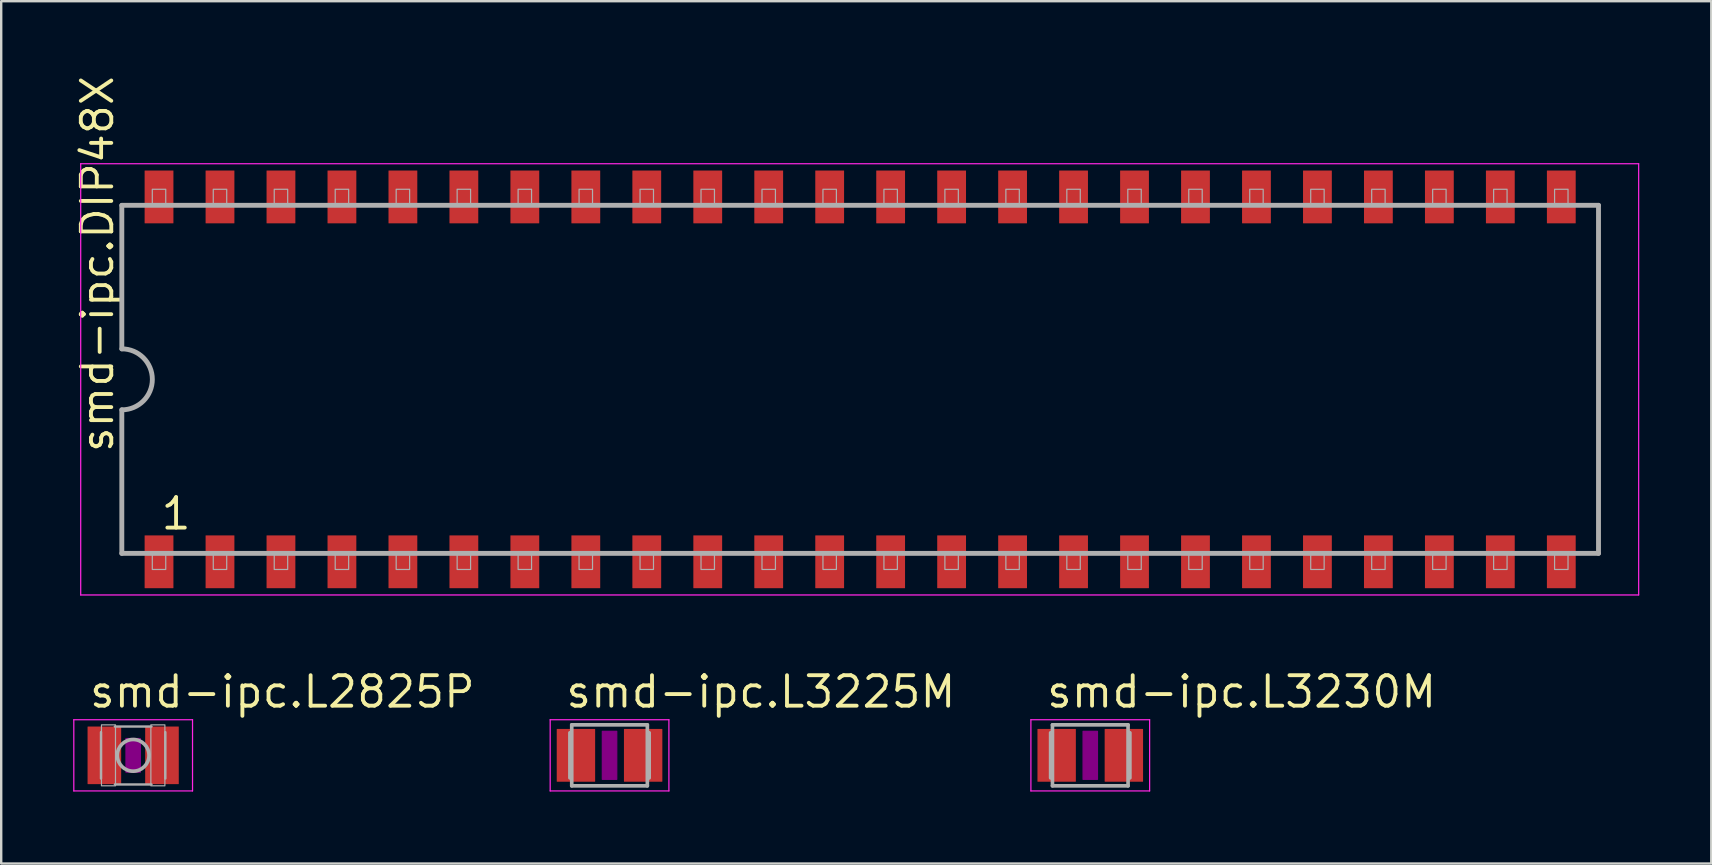
<source format=kicad_pcb>
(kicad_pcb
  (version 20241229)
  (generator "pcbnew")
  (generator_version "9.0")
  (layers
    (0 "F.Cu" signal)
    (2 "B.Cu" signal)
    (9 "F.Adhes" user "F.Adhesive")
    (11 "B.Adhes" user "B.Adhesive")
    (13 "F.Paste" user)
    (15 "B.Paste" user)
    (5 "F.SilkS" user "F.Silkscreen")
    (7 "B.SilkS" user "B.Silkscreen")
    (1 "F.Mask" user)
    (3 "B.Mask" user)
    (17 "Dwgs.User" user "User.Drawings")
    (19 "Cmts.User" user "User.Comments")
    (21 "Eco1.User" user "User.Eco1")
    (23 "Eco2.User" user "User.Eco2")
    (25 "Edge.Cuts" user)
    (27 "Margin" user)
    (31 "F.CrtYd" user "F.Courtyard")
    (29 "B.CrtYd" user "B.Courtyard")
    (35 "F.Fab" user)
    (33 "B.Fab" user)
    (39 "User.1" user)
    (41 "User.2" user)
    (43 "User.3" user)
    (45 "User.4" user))
  (footprint "smd-ipc.L3230M"
    (layer "F.Cu")
    (at 42.371 28.418)
    (property "Reference" "smd-ipc.L3230M" (at -1.905 -1.905 0) (layer "F.SilkS") (effects (font (size 1.27 1.27) (thickness 0.16)) (justify left bottom)))
    (attr smd)
    (fp_rect (start -0.3 1) (end 0.3 -1) (stroke (width 0.05) (type default)) (fill yes) (layer "F.Adhes"))
    (fp_line (start -2.473 -1.483) (end 2.473 -1.483) (stroke (width 0.051) (type default)) (layer "F.CrtYd"))
    (fp_line (start -2.473 1.483) (end -2.473 -1.483) (stroke (width 0.051) (type default)) (layer "F.CrtYd"))
    (fp_line (start 2.473 -1.483) (end 2.473 1.483) (stroke (width 0.051) (type default)) (layer "F.CrtYd"))
    (fp_line (start 2.473 1.483) (end -2.473 1.483) (stroke (width 0.051) (type default)) (layer "F.CrtYd"))
    (fp_line (start -1.651 -0.94) (end -1.651 0.94) (stroke (width 0.152) (type default)) (layer "F.Fab"))
    (fp_line (start -1.575 -1.27) (end 1.575 -1.27) (stroke (width 0.152) (type default)) (layer "F.Fab"))
    (fp_line (start -1.575 1.27) (end -1.575 -1.27) (stroke (width 0.152) (type default)) (layer "F.Fab"))
    (fp_line (start 1.575 -1.27) (end 1.575 1.27) (stroke (width 0.152) (type default)) (layer "F.Fab"))
    (fp_line (start 1.575 1.27) (end -1.575 1.27) (stroke (width 0.152) (type default)) (layer "F.Fab"))
    (fp_line (start 1.651 -0.94) (end 1.651 0.94) (stroke (width 0.152) (type default)) (layer "F.Fab"))
    (pad "1" smd roundrect (at -1.4 0) (size 1.6 2.2) (layers "F.Cu" "F.Mask" "F.Paste") (roundrect_rratio 0.01))
    (pad "2" smd roundrect (at 1.4 0) (size 1.6 2.2) (layers "F.Cu" "F.Mask" "F.Paste") (roundrect_rratio 0.01)))
  (footprint "smd-ipc.L2825P"
    (layer "F.Cu")
    (at 2.498 28.418)
    (property "Reference" "smd-ipc.L2825P" (at -1.905 -1.905 0) (layer "F.SilkS") (effects (font (size 1.27 1.27) (thickness 0.16)) (justify left bottom)))
    (attr smd)
    (fp_rect (start -0.3 0.7) (end 0.3 -0.7) (stroke (width 0.05) (type default)) (fill yes) (layer "F.Adhes"))
    (fp_line (start -2.473 -1.483) (end 2.473 -1.483) (stroke (width 0.051) (type default)) (layer "F.CrtYd"))
    (fp_line (start -2.473 1.483) (end -2.473 -1.483) (stroke (width 0.051) (type default)) (layer "F.CrtYd"))
    (fp_line (start 2.473 -1.483) (end 2.473 1.483) (stroke (width 0.051) (type default)) (layer "F.CrtYd"))
    (fp_line (start 2.473 1.483) (end -2.473 1.483) (stroke (width 0.051) (type default)) (layer "F.CrtYd"))
    (fp_line (start -1.34 -0.965) (end -1.34 0.965) (stroke (width 0.102) (type default)) (layer "F.Fab"))
    (fp_line (start -0.762 -1.2) (end 0.762 -1.2) (stroke (width 0.102) (type default)) (layer "F.Fab"))
    (fp_line (start -0.762 1.213) (end 0.762 1.213) (stroke (width 0.102) (type default)) (layer "F.Fab"))
    (fp_line (start 1.34 0.965) (end 1.34 -0.965) (stroke (width 0.102) (type default)) (layer "F.Fab"))
    (fp_rect (start -1.321 1.27) (end -0.737 -1.27) (stroke (width 0.05) (type default)) (fill no) (layer "F.Fab"))
    (fp_rect (start 0.737 1.27) (end 1.321 -1.27) (stroke (width 0.05) (type default)) (fill no) (layer "F.Fab"))
    (fp_circle (center 0 0) (end 0.66 0) (stroke (width 0.152) (type default)) (fill no) (layer "F.Fab"))
    (pad "1" smd roundrect (at -1.2 0) (size 1.4 2.4) (layers "F.Cu" "F.Mask" "F.Paste") (roundrect_rratio 0.01))
    (pad "2" smd roundrect (at 1.2 0) (size 1.4 2.4) (layers "F.Cu" "F.Mask" "F.Paste") (roundrect_rratio 0.01)))
  (footprint "smd-ipc.DIP48X"
    (layer "F.Cu")
    (at 32.785 12.754)
    (property "Reference" "smd-ipc.DIP48X" (at -31.035 3.135 90) (layer "F.SilkS") (effects (font (size 1.27 1.27) (thickness 0.16)) (justify left bottom)))
    (attr smd)
    (fp_line (start -32.473 -8.983) (end 32.433 -8.983) (stroke (width 0.051) (type default)) (layer "F.CrtYd"))
    (fp_line (start -32.473 8.983) (end -32.473 -8.983) (stroke (width 0.051) (type default)) (layer "F.CrtYd"))
    (fp_line (start 32.433 -8.983) (end 32.433 8.983) (stroke (width 0.051) (type default)) (layer "F.CrtYd"))
    (fp_line (start 32.433 8.983) (end -32.473 8.983) (stroke (width 0.051) (type default)) (layer "F.CrtYd"))
    (fp_line (start -30.76 -7.25) (end -30.76 -1.27) (stroke (width 0.203) (type default)) (layer "F.Fab"))
    (fp_line (start -30.76 1.27) (end -30.76 7.25) (stroke (width 0.203) (type default)) (layer "F.Fab"))
    (fp_line (start -30.76 7.25) (end 30.76 7.25) (stroke (width 0.203) (type default)) (layer "F.Fab"))
    (fp_line (start 30.76 -7.25) (end -30.76 -7.25) (stroke (width 0.203) (type default)) (layer "F.Fab"))
    (fp_line (start 30.76 7.25) (end 30.76 -7.25) (stroke (width 0.203) (type default)) (layer "F.Fab"))
    (fp_rect (start -29.49 -7.25) (end -28.93 -7.92) (stroke (width 0.05) (type default)) (fill no) (layer "F.Fab"))
    (fp_rect (start -29.49 7.92) (end -28.93 7.25) (stroke (width 0.05) (type default)) (fill no) (layer "F.Fab"))
    (fp_rect (start -26.95 -7.25) (end -26.39 -7.92) (stroke (width 0.05) (type default)) (fill no) (layer "F.Fab"))
    (fp_rect (start -26.95 7.92) (end -26.39 7.25) (stroke (width 0.05) (type default)) (fill no) (layer "F.Fab"))
    (fp_rect (start -24.41 -7.25) (end -23.85 -7.92) (stroke (width 0.05) (type default)) (fill no) (layer "F.Fab"))
    (fp_rect (start -24.41 7.92) (end -23.85 7.25) (stroke (width 0.05) (type default)) (fill no) (layer "F.Fab"))
    (fp_rect (start -21.87 -7.25) (end -21.31 -7.92) (stroke (width 0.05) (type default)) (fill no) (layer "F.Fab"))
    (fp_rect (start -21.87 7.92) (end -21.31 7.25) (stroke (width 0.05) (type default)) (fill no) (layer "F.Fab"))
    (fp_rect (start -19.33 -7.25) (end -18.77 -7.92) (stroke (width 0.05) (type default)) (fill no) (layer "F.Fab"))
    (fp_rect (start -19.33 7.92) (end -18.77 7.25) (stroke (width 0.05) (type default)) (fill no) (layer "F.Fab"))
    (fp_rect (start -16.79 -7.25) (end -16.23 -7.92) (stroke (width 0.05) (type default)) (fill no) (layer "F.Fab"))
    (fp_rect (start -16.79 7.92) (end -16.23 7.25) (stroke (width 0.05) (type default)) (fill no) (layer "F.Fab"))
    (fp_rect (start -14.25 -7.25) (end -13.69 -7.92) (stroke (width 0.05) (type default)) (fill no) (layer "F.Fab"))
    (fp_rect (start -14.25 7.92) (end -13.69 7.25) (stroke (width 0.05) (type default)) (fill no) (layer "F.Fab"))
    (fp_rect (start -11.71 -7.25) (end -11.15 -7.92) (stroke (width 0.05) (type default)) (fill no) (layer "F.Fab"))
    (fp_rect (start -11.71 7.92) (end -11.15 7.25) (stroke (width 0.05) (type default)) (fill no) (layer "F.Fab"))
    (fp_rect (start -9.17 -7.25) (end -8.61 -7.92) (stroke (width 0.05) (type default)) (fill no) (layer "F.Fab"))
    (fp_rect (start -9.17 7.92) (end -8.61 7.25) (stroke (width 0.05) (type default)) (fill no) (layer "F.Fab"))
    (fp_rect (start -6.63 -7.25) (end -6.07 -7.92) (stroke (width 0.05) (type default)) (fill no) (layer "F.Fab"))
    (fp_rect (start -6.63 7.92) (end -6.07 7.25) (stroke (width 0.05) (type default)) (fill no) (layer "F.Fab"))
    (fp_rect (start -4.09 -7.25) (end -3.53 -7.92) (stroke (width 0.05) (type default)) (fill no) (layer "F.Fab"))
    (fp_rect (start -4.09 7.92) (end -3.53 7.25) (stroke (width 0.05) (type default)) (fill no) (layer "F.Fab"))
    (fp_rect (start -1.55 -7.25) (end -0.99 -7.92) (stroke (width 0.05) (type default)) (fill no) (layer "F.Fab"))
    (fp_rect (start -1.55 7.92) (end -0.99 7.25) (stroke (width 0.05) (type default)) (fill no) (layer "F.Fab"))
    (fp_rect (start 0.99 -7.25) (end 1.55 -7.92) (stroke (width 0.05) (type default)) (fill no) (layer "F.Fab"))
    (fp_rect (start 0.99 7.92) (end 1.55 7.25) (stroke (width 0.05) (type default)) (fill no) (layer "F.Fab"))
    (fp_rect (start 3.53 -7.25) (end 4.09 -7.92) (stroke (width 0.05) (type default)) (fill no) (layer "F.Fab"))
    (fp_rect (start 3.53 7.92) (end 4.09 7.25) (stroke (width 0.05) (type default)) (fill no) (layer "F.Fab"))
    (fp_rect (start 6.07 -7.25) (end 6.63 -7.92) (stroke (width 0.05) (type default)) (fill no) (layer "F.Fab"))
    (fp_rect (start 6.07 7.92) (end 6.63 7.25) (stroke (width 0.05) (type default)) (fill no) (layer "F.Fab"))
    (fp_rect (start 8.61 -7.25) (end 9.17 -7.92) (stroke (width 0.05) (type default)) (fill no) (layer "F.Fab"))
    (fp_rect (start 8.61 7.92) (end 9.17 7.25) (stroke (width 0.05) (type default)) (fill no) (layer "F.Fab"))
    (fp_rect (start 11.15 -7.25) (end 11.71 -7.92) (stroke (width 0.05) (type default)) (fill no) (layer "F.Fab"))
    (fp_rect (start 11.15 7.92) (end 11.71 7.25) (stroke (width 0.05) (type default)) (fill no) (layer "F.Fab"))
    (fp_rect (start 13.69 -7.25) (end 14.25 -7.92) (stroke (width 0.05) (type default)) (fill no) (layer "F.Fab"))
    (fp_rect (start 13.69 7.92) (end 14.25 7.25) (stroke (width 0.05) (type default)) (fill no) (layer "F.Fab"))
    (fp_rect (start 16.23 -7.25) (end 16.79 -7.92) (stroke (width 0.05) (type default)) (fill no) (layer "F.Fab"))
    (fp_rect (start 16.23 7.92) (end 16.79 7.25) (stroke (width 0.05) (type default)) (fill no) (layer "F.Fab"))
    (fp_rect (start 18.77 -7.25) (end 19.33 -7.92) (stroke (width 0.05) (type default)) (fill no) (layer "F.Fab"))
    (fp_rect (start 18.77 7.92) (end 19.33 7.25) (stroke (width 0.05) (type default)) (fill no) (layer "F.Fab"))
    (fp_rect (start 21.31 -7.25) (end 21.87 -7.92) (stroke (width 0.05) (type default)) (fill no) (layer "F.Fab"))
    (fp_rect (start 21.31 7.92) (end 21.87 7.25) (stroke (width 0.05) (type default)) (fill no) (layer "F.Fab"))
    (fp_rect (start 23.85 -7.25) (end 24.41 -7.92) (stroke (width 0.05) (type default)) (fill no) (layer "F.Fab"))
    (fp_rect (start 23.85 7.92) (end 24.41 7.25) (stroke (width 0.05) (type default)) (fill no) (layer "F.Fab"))
    (fp_rect (start 26.39 -7.25) (end 26.95 -7.92) (stroke (width 0.05) (type default)) (fill no) (layer "F.Fab"))
    (fp_rect (start 26.39 7.92) (end 26.95 7.25) (stroke (width 0.05) (type default)) (fill no) (layer "F.Fab"))
    (fp_rect (start 28.93 -7.25) (end 29.49 -7.92) (stroke (width 0.05) (type default)) (fill no) (layer "F.Fab"))
    (fp_rect (start 28.93 7.92) (end 29.49 7.25) (stroke (width 0.05) (type default)) (fill no) (layer "F.Fab"))
    (fp_arc (start -30.7584 -1.27) (mid -29.4884 0) (end -30.7584 1.27) (stroke (width 0.2032) (type default)) (layer "F.Fab"))
    (fp_text user "1" (at -29.21 6.34 0) (layer "F.SilkS") (effects (font (size 1.27 1.27) (thickness 0.16)) (justify left bottom)))
    (pad "1" smd roundrect (at -29.21 7.6) (size 1.2 2.2) (layers "F.Cu" "F.Mask" "F.Paste") (roundrect_rratio 0.01))
    (pad "2" smd roundrect (at -26.67 7.6) (size 1.2 2.2) (layers "F.Cu" "F.Mask" "F.Paste") (roundrect_rratio 0.01))
    (pad "3" smd roundrect (at -24.13 7.6) (size 1.2 2.2) (layers "F.Cu" "F.Mask" "F.Paste") (roundrect_rratio 0.01))
    (pad "4" smd roundrect (at -21.59 7.6) (size 1.2 2.2) (layers "F.Cu" "F.Mask" "F.Paste") (roundrect_rratio 0.01))
    (pad "5" smd roundrect (at -19.05 7.6) (size 1.2 2.2) (layers "F.Cu" "F.Mask" "F.Paste") (roundrect_rratio 0.01))
    (pad "6" smd roundrect (at -16.51 7.6) (size 1.2 2.2) (layers "F.Cu" "F.Mask" "F.Paste") (roundrect_rratio 0.01))
    (pad "7" smd roundrect (at -13.97 7.6) (size 1.2 2.2) (layers "F.Cu" "F.Mask" "F.Paste") (roundrect_rratio 0.01))
    (pad "8" smd roundrect (at -11.43 7.6) (size 1.2 2.2) (layers "F.Cu" "F.Mask" "F.Paste") (roundrect_rratio 0.01))
    (pad "9" smd roundrect (at -8.89 7.6) (size 1.2 2.2) (layers "F.Cu" "F.Mask" "F.Paste") (roundrect_rratio 0.01))
    (pad "10" smd roundrect (at -6.35 7.6) (size 1.2 2.2) (layers "F.Cu" "F.Mask" "F.Paste") (roundrect_rratio 0.01))
    (pad "11" smd roundrect (at -3.81 7.6) (size 1.2 2.2) (layers "F.Cu" "F.Mask" "F.Paste") (roundrect_rratio 0.01))
    (pad "12" smd roundrect (at -1.27 7.6) (size 1.2 2.2) (layers "F.Cu" "F.Mask" "F.Paste") (roundrect_rratio 0.01))
    (pad "13" smd roundrect (at 1.27 7.6) (size 1.2 2.2) (layers "F.Cu" "F.Mask" "F.Paste") (roundrect_rratio 0.01))
    (pad "14" smd roundrect (at 3.81 7.6) (size 1.2 2.2) (layers "F.Cu" "F.Mask" "F.Paste") (roundrect_rratio 0.01))
    (pad "15" smd roundrect (at 6.35 7.6) (size 1.2 2.2) (layers "F.Cu" "F.Mask" "F.Paste") (roundrect_rratio 0.01))
    (pad "16" smd roundrect (at 8.89 7.6) (size 1.2 2.2) (layers "F.Cu" "F.Mask" "F.Paste") (roundrect_rratio 0.01))
    (pad "17" smd roundrect (at 11.43 7.6) (size 1.2 2.2) (layers "F.Cu" "F.Mask" "F.Paste") (roundrect_rratio 0.01))
    (pad "18" smd roundrect (at 13.97 7.6) (size 1.2 2.2) (layers "F.Cu" "F.Mask" "F.Paste") (roundrect_rratio 0.01))
    (pad "19" smd roundrect (at 16.51 7.6) (size 1.2 2.2) (layers "F.Cu" "F.Mask" "F.Paste") (roundrect_rratio 0.01))
    (pad "20" smd roundrect (at 19.05 7.6) (size 1.2 2.2) (layers "F.Cu" "F.Mask" "F.Paste") (roundrect_rratio 0.01))
    (pad "21" smd roundrect (at 21.59 7.6) (size 1.2 2.2) (layers "F.Cu" "F.Mask" "F.Paste") (roundrect_rratio 0.01))
    (pad "22" smd roundrect (at 24.13 7.6) (size 1.2 2.2) (layers "F.Cu" "F.Mask" "F.Paste") (roundrect_rratio 0.01))
    (pad "23" smd roundrect (at 26.67 7.6) (size 1.2 2.2) (layers "F.Cu" "F.Mask" "F.Paste") (roundrect_rratio 0.01))
    (pad "24" smd roundrect (at 29.21 7.6) (size 1.2 2.2) (layers "F.Cu" "F.Mask" "F.Paste") (roundrect_rratio 0.01))
    (pad "25" smd roundrect (at 29.21 -7.6) (size 1.2 2.2) (layers "F.Cu" "F.Mask" "F.Paste") (roundrect_rratio 0.01))
    (pad "26" smd roundrect (at 26.67 -7.6) (size 1.2 2.2) (layers "F.Cu" "F.Mask" "F.Paste") (roundrect_rratio 0.01))
    (pad "27" smd roundrect (at 24.13 -7.6) (size 1.2 2.2) (layers "F.Cu" "F.Mask" "F.Paste") (roundrect_rratio 0.01))
    (pad "28" smd roundrect (at 21.59 -7.6) (size 1.2 2.2) (layers "F.Cu" "F.Mask" "F.Paste") (roundrect_rratio 0.01))
    (pad "29" smd roundrect (at 19.05 -7.6) (size 1.2 2.2) (layers "F.Cu" "F.Mask" "F.Paste") (roundrect_rratio 0.01))
    (pad "30" smd roundrect (at 16.51 -7.6) (size 1.2 2.2) (layers "F.Cu" "F.Mask" "F.Paste") (roundrect_rratio 0.01))
    (pad "31" smd roundrect (at 13.97 -7.6) (size 1.2 2.2) (layers "F.Cu" "F.Mask" "F.Paste") (roundrect_rratio 0.01))
    (pad "32" smd roundrect (at 11.43 -7.6) (size 1.2 2.2) (layers "F.Cu" "F.Mask" "F.Paste") (roundrect_rratio 0.01))
    (pad "33" smd roundrect (at 8.89 -7.6) (size 1.2 2.2) (layers "F.Cu" "F.Mask" "F.Paste") (roundrect_rratio 0.01))
    (pad "34" smd roundrect (at 6.35 -7.6) (size 1.2 2.2) (layers "F.Cu" "F.Mask" "F.Paste") (roundrect_rratio 0.01))
    (pad "35" smd roundrect (at 3.81 -7.6) (size 1.2 2.2) (layers "F.Cu" "F.Mask" "F.Paste") (roundrect_rratio 0.01))
    (pad "36" smd roundrect (at 1.27 -7.6) (size 1.2 2.2) (layers "F.Cu" "F.Mask" "F.Paste") (roundrect_rratio 0.01))
    (pad "37" smd roundrect (at -1.27 -7.6) (size 1.2 2.2) (layers "F.Cu" "F.Mask" "F.Paste") (roundrect_rratio 0.01))
    (pad "38" smd roundrect (at -3.81 -7.6) (size 1.2 2.2) (layers "F.Cu" "F.Mask" "F.Paste") (roundrect_rratio 0.01))
    (pad "39" smd roundrect (at -6.35 -7.6) (size 1.2 2.2) (layers "F.Cu" "F.Mask" "F.Paste") (roundrect_rratio 0.01))
    (pad "40" smd roundrect (at -8.89 -7.6) (size 1.2 2.2) (layers "F.Cu" "F.Mask" "F.Paste") (roundrect_rratio 0.01))
    (pad "41" smd roundrect (at -11.43 -7.6) (size 1.2 2.2) (layers "F.Cu" "F.Mask" "F.Paste") (roundrect_rratio 0.01))
    (pad "42" smd roundrect (at -13.97 -7.6) (size 1.2 2.2) (layers "F.Cu" "F.Mask" "F.Paste") (roundrect_rratio 0.01))
    (pad "43" smd roundrect (at -16.51 -7.6) (size 1.2 2.2) (layers "F.Cu" "F.Mask" "F.Paste") (roundrect_rratio 0.01))
    (pad "44" smd roundrect (at -19.05 -7.6) (size 1.2 2.2) (layers "F.Cu" "F.Mask" "F.Paste") (roundrect_rratio 0.01))
    (pad "45" smd roundrect (at -21.59 -7.6) (size 1.2 2.2) (layers "F.Cu" "F.Mask" "F.Paste") (roundrect_rratio 0.01))
    (pad "46" smd roundrect (at -24.13 -7.6) (size 1.2 2.2) (layers "F.Cu" "F.Mask" "F.Paste") (roundrect_rratio 0.01))
    (pad "47" smd roundrect (at -26.67 -7.6) (size 1.2 2.2) (layers "F.Cu" "F.Mask" "F.Paste") (roundrect_rratio 0.01))
    (pad "48" smd roundrect (at -29.21 -7.6) (size 1.2 2.2) (layers "F.Cu" "F.Mask" "F.Paste") (roundrect_rratio 0.01)))
  (footprint "smd-ipc.L3225M"
    (layer "F.Cu")
    (at 22.344 28.418)
    (property "Reference" "smd-ipc.L3225M" (at -1.905 -1.905 0) (layer "F.SilkS") (effects (font (size 1.27 1.27) (thickness 0.16)) (justify left bottom)))
    (attr smd)
    (fp_rect (start -0.3 1) (end 0.3 -1) (stroke (width 0.05) (type default)) (fill yes) (layer "F.Adhes"))
    (fp_line (start -2.473 -1.483) (end 2.473 -1.483) (stroke (width 0.051) (type default)) (layer "F.CrtYd"))
    (fp_line (start -2.473 1.483) (end -2.473 -1.483) (stroke (width 0.051) (type default)) (layer "F.CrtYd"))
    (fp_line (start 2.473 -1.483) (end 2.473 1.483) (stroke (width 0.051) (type default)) (layer "F.CrtYd"))
    (fp_line (start 2.473 1.483) (end -2.473 1.483) (stroke (width 0.051) (type default)) (layer "F.CrtYd"))
    (fp_line (start -1.651 -0.94) (end -1.651 0.94) (stroke (width 0.152) (type default)) (layer "F.Fab"))
    (fp_line (start -1.575 -1.27) (end 1.575 -1.27) (stroke (width 0.152) (type default)) (layer "F.Fab"))
    (fp_line (start -1.575 1.27) (end -1.575 -1.27) (stroke (width 0.152) (type default)) (layer "F.Fab"))
    (fp_line (start 1.575 -1.27) (end 1.575 1.27) (stroke (width 0.152) (type default)) (layer "F.Fab"))
    (fp_line (start 1.575 1.27) (end -1.575 1.27) (stroke (width 0.152) (type default)) (layer "F.Fab"))
    (fp_line (start 1.651 -0.94) (end 1.651 0.94) (stroke (width 0.152) (type default)) (layer "F.Fab"))
    (pad "1" smd roundrect (at -1.4 0) (size 1.6 2.2) (layers "F.Cu" "F.Mask" "F.Paste") (roundrect_rratio 0.01))
    (pad "2" smd roundrect (at 1.4 0) (size 1.6 2.2) (layers "F.Cu" "F.Mask" "F.Paste") (roundrect_rratio 0.01)))
  (gr_rect
    (start -3 -3)
    (end 68.243 32.926)
    (stroke (width 0.1) (type default))
    (fill no)
    (layer "Edge.Cuts")))
</source>
